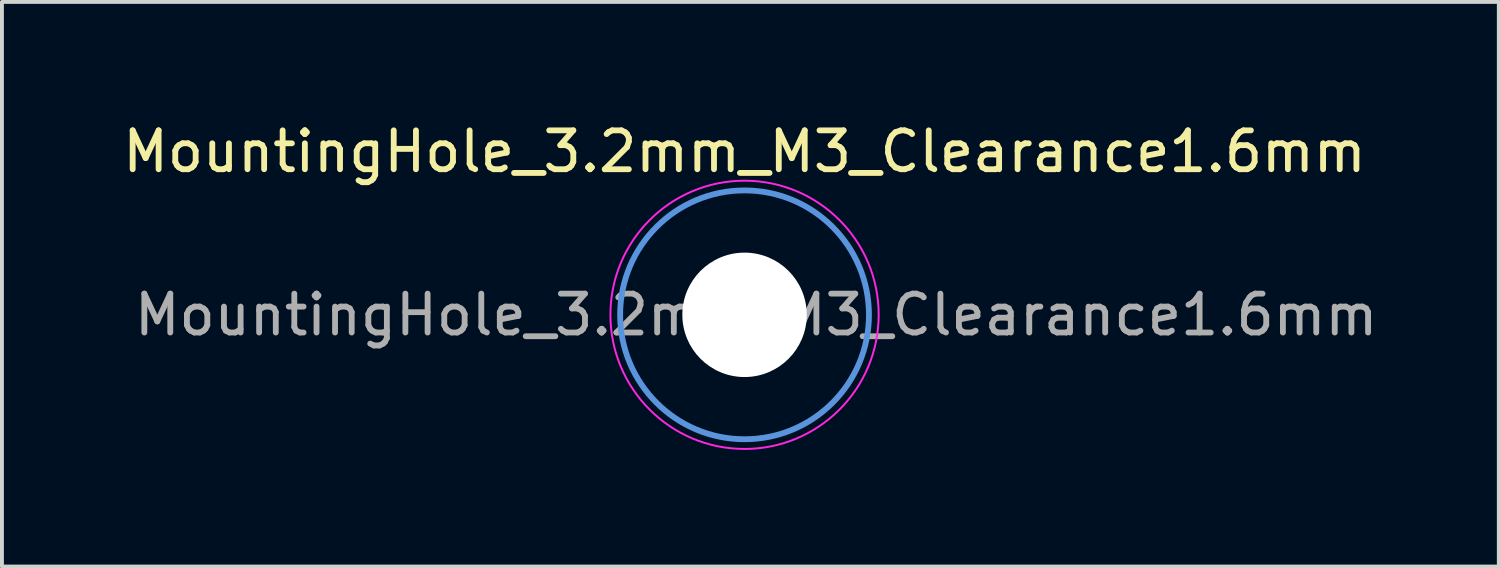
<source format=kicad_pcb>
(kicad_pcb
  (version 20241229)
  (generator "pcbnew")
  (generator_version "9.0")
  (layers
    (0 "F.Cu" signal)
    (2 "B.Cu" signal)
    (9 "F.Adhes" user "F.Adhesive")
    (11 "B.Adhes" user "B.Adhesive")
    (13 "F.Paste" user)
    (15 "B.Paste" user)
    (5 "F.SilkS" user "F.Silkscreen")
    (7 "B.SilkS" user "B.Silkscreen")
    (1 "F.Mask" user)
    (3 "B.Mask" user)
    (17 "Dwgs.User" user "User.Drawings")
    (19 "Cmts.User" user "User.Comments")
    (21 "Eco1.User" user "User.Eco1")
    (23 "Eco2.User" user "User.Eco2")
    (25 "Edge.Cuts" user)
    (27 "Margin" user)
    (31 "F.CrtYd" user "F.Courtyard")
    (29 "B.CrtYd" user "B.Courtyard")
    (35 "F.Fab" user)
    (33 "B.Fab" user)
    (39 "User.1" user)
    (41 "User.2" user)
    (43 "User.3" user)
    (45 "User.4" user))
  (footprint "MountingHole_3.2mm_M3_Clearance1.6mm"
    (layer "F.Cu")
    (at 16.101 5.048)
    (property "Reference" "MountingHole_3.2mm_M3_Clearance1.6mm" (at 0 -4.2 0) (layer "F.SilkS") (effects (font (size 1 1) (thickness 0.15))))
    (attr exclude_from_pos_files exclude_from_bom)
    (fp_circle (center 0 0) (end 3.2 0) (stroke (width 0.15) (type solid)) (fill no) (layer "Cmts.User"))
    (fp_circle (center 0 0) (end 3.45 0) (stroke (width 0.05) (type solid)) (fill no) (layer "F.CrtYd"))
    (fp_text user "${REFERENCE}" (at 0.3 0 0) (layer "F.Fab") (effects (font (size 1 1) (thickness 0.15))))
    (pad "" np_thru_hole circle (at 0 0) (size 3.2 3.2) (drill 3.2) (layers "*.Cu" "*.Mask")))
  (gr_rect
    (start -3 -3)
    (end 35.502 11.523)
    (stroke (width 0.1) (type default))
    (fill no)
    (layer "Edge.Cuts")))
</source>
